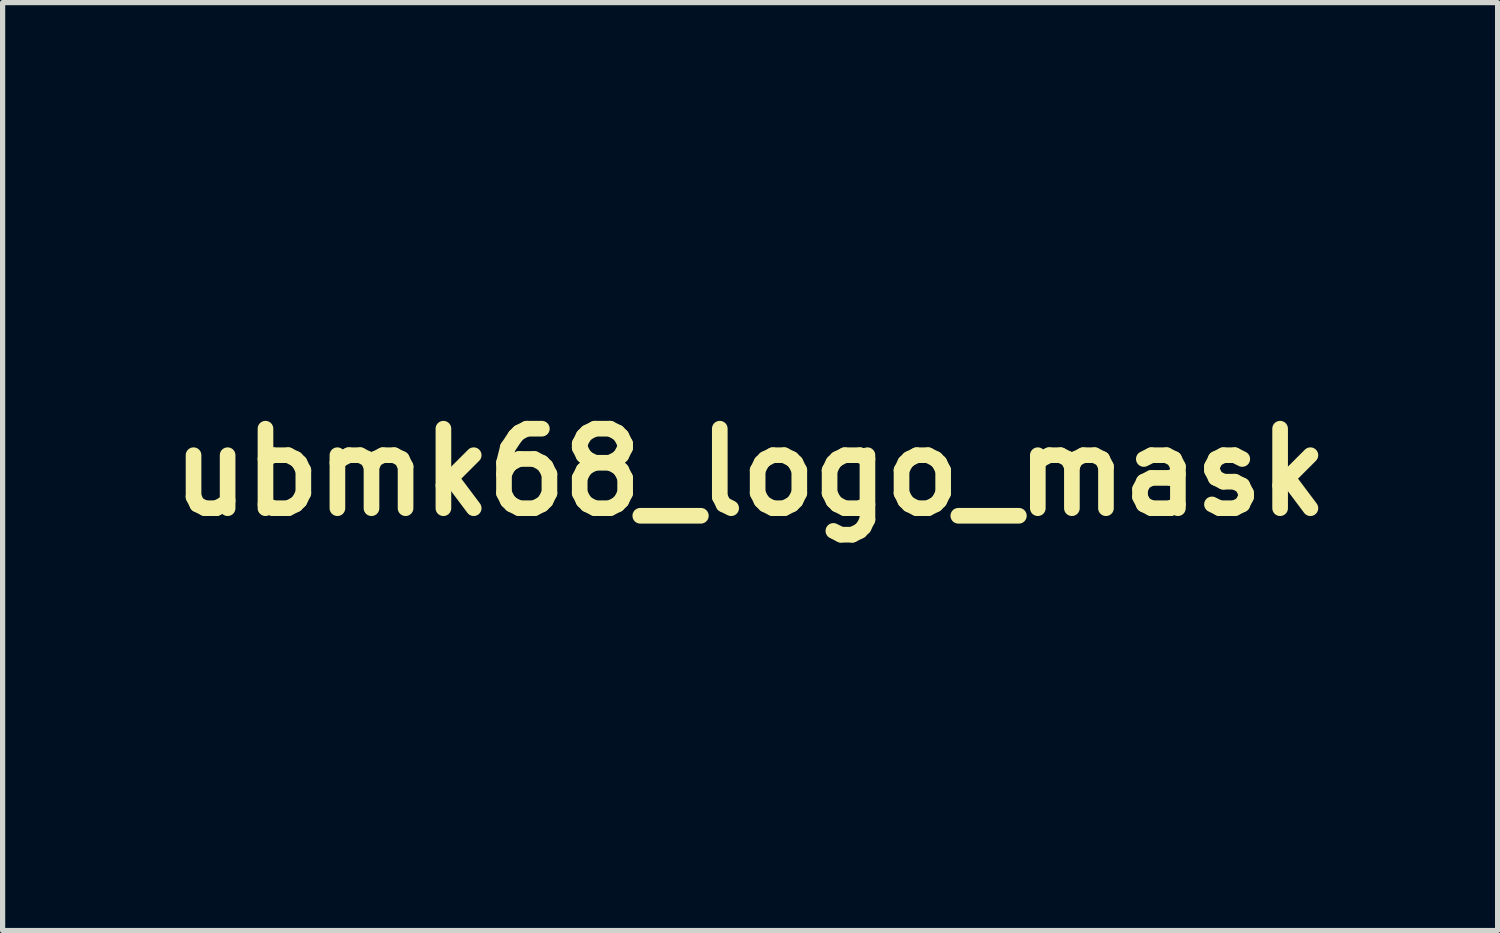
<source format=kicad_pcb>
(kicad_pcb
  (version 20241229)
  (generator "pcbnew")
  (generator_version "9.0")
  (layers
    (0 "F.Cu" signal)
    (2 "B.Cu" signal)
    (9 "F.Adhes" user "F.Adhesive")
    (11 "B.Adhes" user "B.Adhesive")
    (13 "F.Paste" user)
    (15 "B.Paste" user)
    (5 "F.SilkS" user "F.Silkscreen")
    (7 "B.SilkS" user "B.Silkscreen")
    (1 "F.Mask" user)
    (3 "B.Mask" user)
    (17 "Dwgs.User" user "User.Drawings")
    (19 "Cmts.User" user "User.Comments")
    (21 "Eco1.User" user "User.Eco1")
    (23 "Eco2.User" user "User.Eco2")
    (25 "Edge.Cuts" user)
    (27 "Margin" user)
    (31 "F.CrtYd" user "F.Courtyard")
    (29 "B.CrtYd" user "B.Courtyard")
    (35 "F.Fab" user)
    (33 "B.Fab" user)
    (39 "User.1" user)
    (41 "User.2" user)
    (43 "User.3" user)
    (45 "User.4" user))
  (footprint "ubmk68_logo_mask"
    (layer "F.Cu")
    (at 11.328 6.002)
    (property "Reference" "ubmk68_logo_mask" (at 0 0 0) (layer "F.SilkS") (effects (font (size 1.524 1.524) (thickness 0.3))))
    (attr through_hole)
    (fp_poly (pts (xy -1.796 5.358) (xy -2.093 5.358) (xy -2.093 5.217) (xy -1.796 5.217) (xy -1.796 5.358)) (stroke (width 0.01) (type solid)) (fill yes) (layer "F.Mask"))
    (fp_poly (pts (xy -2.562 5.374) (xy -2.437 5.374) (xy -2.437 5.561) (xy -2.906 5.561) (xy -2.906 5.374) (xy -2.764 5.374) (xy -2.768 5.19) (xy -2.773 5.007) (xy -2.89 4.997) (xy -2.89 4.827) (xy -2.562 4.827) (xy -2.562 5.374)) (stroke (width 0.01) (type solid)) (fill yes) (layer "F.Mask"))
    (fp_poly (pts (xy 5.45 -4.216) (xy 5.505 -4.169) (xy 5.543 -4.105) (xy 5.554 -4.038) (xy 5.542 -3.975) (xy 5.51 -3.918) (xy 5.463 -3.874) (xy 5.405 -3.847) (xy 5.338 -3.841) (xy 5.267 -3.862) (xy 5.265 -3.863) (xy 5.218 -3.901) (xy 5.179 -3.957) (xy 5.157 -4.018) (xy 5.155 -4.041) (xy 5.168 -4.115) (xy 5.204 -4.175) (xy 5.256 -4.217) (xy 5.318 -4.239) (xy 5.385 -4.239) (xy 5.45 -4.216)) (stroke (width 0.01) (type solid)) (fill yes) (layer "F.Mask"))
    (fp_poly (pts (xy -3.561 -5.122) (xy -3.527 -5.117) (xy -3.517 -5.111) (xy -3.527 -5.095) (xy -3.551 -5.056) (xy -3.59 -4.997) (xy -3.639 -4.921) (xy -3.698 -4.83) (xy -3.765 -4.727) (xy -3.838 -4.615) (xy -3.856 -4.587) (xy -4.19 -4.077) (xy -4.393 -4.077) (xy -4.366 -4.12) (xy -4.351 -4.143) (xy -4.321 -4.188) (xy -4.279 -4.254) (xy -4.225 -4.335) (xy -4.163 -4.43) (xy -4.095 -4.535) (xy -4.024 -4.643) (xy -3.71 -5.124) (xy -3.611 -5.124) (xy -3.561 -5.122)) (stroke (width 0.01) (type solid)) (fill yes) (layer "F.Mask"))
    (fp_poly (pts (xy 3.312 -4.639) (xy 3.235 -4.639) (xy 3.191 -4.638) (xy 3.159 -4.632) (xy 3.137 -4.618) (xy 3.122 -4.59) (xy 3.114 -4.545) (xy 3.11 -4.479) (xy 3.109 -4.387) (xy 3.109 -4.334) (xy 3.109 -4.077) (xy 2.827 -4.077) (xy 2.827 -4.378) (xy 2.828 -4.486) (xy 2.829 -4.568) (xy 2.832 -4.628) (xy 2.837 -4.672) (xy 2.843 -4.703) (xy 2.852 -4.728) (xy 2.855 -4.733) (xy 2.884 -4.778) (xy 2.924 -4.811) (xy 2.979 -4.833) (xy 3.054 -4.847) (xy 3.148 -4.854) (xy 3.312 -4.863) (xy 3.312 -4.639)) (stroke (width 0.01) (type solid)) (fill yes) (layer "F.Mask"))
    (fp_poly (pts (xy 2.499 5.183) (xy 2.501 5.267) (xy 2.505 5.325) (xy 2.516 5.362) (xy 2.533 5.381) (xy 2.56 5.389) (xy 2.577 5.389) (xy 2.609 5.386) (xy 2.631 5.373) (xy 2.645 5.346) (xy 2.652 5.3) (xy 2.655 5.229) (xy 2.656 5.183) (xy 2.656 5.014) (xy 2.859 5.014) (xy 2.859 5.207) (xy 2.858 5.29) (xy 2.856 5.348) (xy 2.851 5.389) (xy 2.843 5.418) (xy 2.83 5.443) (xy 2.823 5.453) (xy 2.786 5.496) (xy 2.743 5.531) (xy 2.738 5.534) (xy 2.683 5.555) (xy 2.611 5.568) (xy 2.539 5.571) (xy 2.481 5.562) (xy 2.412 5.529) (xy 2.355 5.481) (xy 2.318 5.427) (xy 2.306 5.377) (xy 2.299 5.298) (xy 2.296 5.195) (xy 2.296 5.014) (xy 2.499 5.014) (xy 2.499 5.183)) (stroke (width 0.01) (type solid)) (fill yes) (layer "F.Mask"))
    (fp_poly (pts (xy 5.56 -4.874) (xy 5.707 -4.824) (xy 5.843 -4.748) (xy 5.963 -4.649) (xy 6.066 -4.525) (xy 6.076 -4.51) (xy 6.122 -4.432) (xy 6.146 -4.37) (xy 6.149 -4.317) (xy 6.133 -4.268) (xy 6.133 -4.267) (xy 6.088 -4.209) (xy 6.029 -4.177) (xy 5.963 -4.172) (xy 5.906 -4.191) (xy 5.878 -4.214) (xy 5.844 -4.255) (xy 5.815 -4.3) (xy 5.744 -4.394) (xy 5.654 -4.473) (xy 5.552 -4.53) (xy 5.526 -4.54) (xy 5.443 -4.559) (xy 5.349 -4.566) (xy 5.259 -4.56) (xy 5.184 -4.542) (xy 5.18 -4.54) (xy 5.096 -4.516) (xy 5.024 -4.516) (xy 4.965 -4.539) (xy 4.925 -4.584) (xy 4.906 -4.649) (xy 4.905 -4.671) (xy 4.915 -4.735) (xy 4.945 -4.785) (xy 5 -4.824) (xy 5.083 -4.857) (xy 5.244 -4.891) (xy 5.404 -4.896) (xy 5.56 -4.874)) (stroke (width 0.01) (type solid)) (fill yes) (layer "F.Mask"))
    (fp_poly (pts (xy -1.125 4.83) (xy -1.05 4.842) (xy -0.996 4.863) (xy -0.956 4.898) (xy -0.925 4.948) (xy -0.92 4.958) (xy -0.896 5.038) (xy -0.899 5.111) (xy -0.931 5.18) (xy -0.993 5.247) (xy -1.058 5.296) (xy -1.164 5.366) (xy -1.027 5.37) (xy -0.89 5.375) (xy -0.89 5.561) (xy -1.09 5.56) (xy -1.168 5.559) (xy -1.238 5.556) (xy -1.291 5.551) (xy -1.321 5.546) (xy -1.322 5.546) (xy -1.369 5.512) (xy -1.405 5.461) (xy -1.421 5.403) (xy -1.422 5.396) (xy -1.416 5.358) (xy -1.398 5.321) (xy -1.362 5.281) (xy -1.307 5.234) (xy -1.234 5.181) (xy -1.163 5.126) (xy -1.122 5.081) (xy -1.111 5.046) (xy -1.129 5.021) (xy -1.176 5.006) (xy -1.254 4.999) (xy -1.276 4.999) (xy -1.39 4.999) (xy -1.39 4.827) (xy -1.224 4.827) (xy -1.125 4.83)) (stroke (width 0.01) (type solid)) (fill yes) (layer "F.Mask"))
    (fp_poly (pts (xy 0.203 4.83) (xy 0.277 4.842) (xy 0.332 4.863) (xy 0.372 4.898) (xy 0.403 4.948) (xy 0.408 4.958) (xy 0.432 5.038) (xy 0.429 5.111) (xy 0.397 5.18) (xy 0.335 5.247) (xy 0.269 5.296) (xy 0.164 5.366) (xy 0.301 5.37) (xy 0.437 5.375) (xy 0.437 5.561) (xy 0.238 5.56) (xy 0.16 5.559) (xy 0.09 5.556) (xy 0.037 5.551) (xy 0.007 5.546) (xy 0.006 5.546) (xy -0.041 5.512) (xy -0.077 5.461) (xy -0.093 5.403) (xy -0.094 5.396) (xy -0.088 5.358) (xy -0.07 5.321) (xy -0.034 5.281) (xy 0.021 5.234) (xy 0.094 5.181) (xy 0.164 5.126) (xy 0.206 5.081) (xy 0.217 5.046) (xy 0.199 5.021) (xy 0.152 5.006) (xy 0.074 4.999) (xy 0.052 4.999) (xy -0.062 4.999) (xy -0.062 4.827) (xy 0.104 4.827) (xy 0.203 4.83)) (stroke (width 0.01) (type solid)) (fill yes) (layer "F.Mask"))
    (fp_poly (pts (xy -0.703 -4.64) (xy -0.702 -4.537) (xy -0.698 -4.461) (xy -0.689 -4.406) (xy -0.676 -4.369) (xy -0.656 -4.345) (xy -0.63 -4.329) (xy -0.581 -4.313) (xy -0.543 -4.321) (xy -0.507 -4.35) (xy -0.492 -4.366) (xy -0.482 -4.383) (xy -0.475 -4.407) (xy -0.471 -4.443) (xy -0.469 -4.496) (xy -0.469 -4.573) (xy -0.469 -4.623) (xy -0.469 -4.858) (xy -0.186 -4.858) (xy -0.19 -4.57) (xy -0.195 -4.283) (xy -0.242 -4.216) (xy -0.294 -4.159) (xy -0.358 -4.114) (xy -0.363 -4.111) (xy -0.437 -4.073) (xy -0.437 -3.78) (xy -0.719 -3.78) (xy -0.719 -4.077) (xy -0.781 -4.103) (xy -0.843 -4.14) (xy -0.902 -4.197) (xy -0.948 -4.262) (xy -0.968 -4.31) (xy -0.974 -4.345) (xy -0.978 -4.404) (xy -0.982 -4.481) (xy -0.984 -4.568) (xy -0.984 -4.612) (xy -0.984 -4.858) (xy -0.703 -4.858) (xy -0.703 -4.64)) (stroke (width 0.01) (type solid)) (fill yes) (layer "F.Mask"))
    (fp_poly (pts (xy -4.319 -5.136) (xy -4.224 -5.123) (xy -4.153 -5.092) (xy -4.103 -5.042) (xy -4.074 -4.969) (xy -4.062 -4.871) (xy -4.061 -4.845) (xy -4.064 -4.779) (xy -4.073 -4.731) (xy -4.092 -4.692) (xy -4.097 -4.685) (xy -4.154 -4.625) (xy -4.23 -4.584) (xy -4.316 -4.566) (xy -4.404 -4.572) (xy -4.424 -4.577) (xy -4.496 -4.609) (xy -4.547 -4.656) (xy -4.578 -4.722) (xy -4.591 -4.811) (xy -4.592 -4.85) (xy -4.591 -4.862) (xy -4.405 -4.862) (xy -4.397 -4.802) (xy -4.375 -4.759) (xy -4.345 -4.735) (xy -4.31 -4.736) (xy -4.276 -4.764) (xy -4.273 -4.768) (xy -4.253 -4.818) (xy -4.25 -4.876) (xy -4.264 -4.929) (xy -4.28 -4.952) (xy -4.31 -4.977) (xy -4.335 -4.98) (xy -4.368 -4.961) (xy -4.37 -4.959) (xy -4.393 -4.935) (xy -4.404 -4.899) (xy -4.405 -4.862) (xy -4.591 -4.862) (xy -4.584 -4.955) (xy -4.558 -5.035) (xy -4.512 -5.091) (xy -4.446 -5.124) (xy -4.359 -5.137) (xy -4.319 -5.136)) (stroke (width 0.01) (type solid)) (fill yes) (layer "F.Mask"))
    (fp_poly (pts (xy -3.529 -4.636) (xy -3.447 -4.616) (xy -3.38 -4.573) (xy -3.336 -4.524) (xy -3.319 -4.496) (xy -3.309 -4.461) (xy -3.305 -4.411) (xy -3.304 -4.35) (xy -3.307 -4.269) (xy -3.32 -4.209) (xy -3.345 -4.163) (xy -3.387 -4.121) (xy -3.41 -4.102) (xy -3.458 -4.081) (xy -3.524 -4.068) (xy -3.596 -4.065) (xy -3.661 -4.072) (xy -3.695 -4.083) (xy -3.762 -4.129) (xy -3.809 -4.197) (xy -3.836 -4.283) (xy -3.839 -4.375) (xy -3.639 -4.375) (xy -3.638 -4.323) (xy -3.632 -4.277) (xy -3.621 -4.252) (xy -3.584 -4.235) (xy -3.542 -4.241) (xy -3.508 -4.268) (xy -3.488 -4.316) (xy -3.486 -4.369) (xy -3.5 -4.418) (xy -3.528 -4.453) (xy -3.566 -4.468) (xy -3.567 -4.468) (xy -3.604 -4.46) (xy -3.621 -4.449) (xy -3.633 -4.421) (xy -3.639 -4.375) (xy -3.839 -4.375) (xy -3.84 -4.382) (xy -3.835 -4.424) (xy -3.807 -4.506) (xy -3.756 -4.571) (xy -3.684 -4.615) (xy -3.597 -4.636) (xy -3.529 -4.636)) (stroke (width 0.01) (type solid)) (fill yes) (layer "F.Mask"))
    (fp_poly (pts (xy 1.432 -4.853) (xy 1.534 -4.816) (xy 1.618 -4.757) (xy 1.681 -4.677) (xy 1.72 -4.579) (xy 1.733 -4.468) (xy 1.72 -4.355) (xy 1.681 -4.256) (xy 1.618 -4.175) (xy 1.534 -4.114) (xy 1.462 -4.084) (xy 1.385 -4.069) (xy 1.301 -4.063) (xy 1.224 -4.068) (xy 1.187 -4.076) (xy 1.088 -4.122) (xy 1.001 -4.193) (xy 0.934 -4.285) (xy 0.928 -4.296) (xy 0.907 -4.359) (xy 0.898 -4.44) (xy 0.898 -4.454) (xy 1.179 -4.454) (xy 1.187 -4.413) (xy 1.219 -4.359) (xy 1.267 -4.327) (xy 1.322 -4.318) (xy 1.378 -4.335) (xy 1.418 -4.367) (xy 1.445 -4.419) (xy 1.453 -4.482) (xy 1.439 -4.542) (xy 1.436 -4.548) (xy 1.404 -4.582) (xy 1.355 -4.606) (xy 1.304 -4.614) (xy 1.278 -4.61) (xy 1.221 -4.573) (xy 1.187 -4.519) (xy 1.179 -4.454) (xy 0.898 -4.454) (xy 0.9 -4.525) (xy 0.915 -4.602) (xy 0.932 -4.647) (xy 0.998 -4.739) (xy 1.082 -4.807) (xy 1.184 -4.849) (xy 1.302 -4.865) (xy 1.312 -4.865) (xy 1.432 -4.853)) (stroke (width 0.01) (type solid)) (fill yes) (layer "F.Mask"))
    (fp_poly (pts (xy 2.515 -1.781) (xy 2.632 -1.781) (xy 2.898 -2.265) (xy 3.175 -2.265) (xy 3.264 -2.265) (xy 3.341 -2.264) (xy 3.402 -2.262) (xy 3.44 -2.26) (xy 3.452 -2.258) (xy 3.444 -2.243) (xy 3.422 -2.206) (xy 3.388 -2.151) (xy 3.345 -2.082) (xy 3.294 -2.003) (xy 3.286 -1.989) (xy 3.236 -1.909) (xy 3.194 -1.839) (xy 3.162 -1.781) (xy 3.142 -1.741) (xy 3.136 -1.723) (xy 3.137 -1.722) (xy 3.183 -1.698) (xy 3.236 -1.656) (xy 3.287 -1.605) (xy 3.306 -1.582) (xy 3.337 -1.534) (xy 3.36 -1.479) (xy 3.375 -1.412) (xy 3.385 -1.327) (xy 3.389 -1.22) (xy 3.39 -1.147) (xy 3.39 -0.937) (xy 2.89 -0.937) (xy 2.89 -1.146) (xy 2.889 -1.232) (xy 2.888 -1.293) (xy 2.884 -1.335) (xy 2.876 -1.364) (xy 2.866 -1.385) (xy 2.858 -1.396) (xy 2.805 -1.437) (xy 2.728 -1.461) (xy 2.628 -1.466) (xy 2.617 -1.466) (xy 2.523 -1.461) (xy 2.519 -1.199) (xy 2.514 -0.937) (xy 2.031 -0.937) (xy 2.031 -2.812) (xy 2.515 -2.812) (xy 2.515 -1.781)) (stroke (width 0.01) (type solid)) (fill yes) (layer "F.Mask"))
    (fp_poly (pts (xy -2.496 -4.87) (xy -2.494 -4.766) (xy -2.492 -4.689) (xy -2.49 -4.636) (xy -2.486 -4.601) (xy -2.481 -4.581) (xy -2.474 -4.572) (xy -2.464 -4.569) (xy -2.461 -4.569) (xy -2.44 -4.578) (xy -2.414 -4.607) (xy -2.379 -4.658) (xy -2.349 -4.71) (xy -2.268 -4.85) (xy -2.11 -4.855) (xy -2.045 -4.856) (xy -1.992 -4.855) (xy -1.96 -4.852) (xy -1.953 -4.849) (xy -1.961 -4.832) (xy -1.982 -4.795) (xy -2.014 -4.743) (xy -2.047 -4.69) (xy -2.085 -4.631) (xy -2.114 -4.583) (xy -2.133 -4.55) (xy -2.137 -4.539) (xy -2.122 -4.53) (xy -2.091 -4.511) (xy -2.088 -4.509) (xy -2.039 -4.463) (xy -2.006 -4.394) (xy -1.988 -4.301) (xy -1.984 -4.214) (xy -1.984 -4.077) (xy -2.262 -4.077) (xy -2.268 -4.204) (xy -2.272 -4.269) (xy -2.278 -4.31) (xy -2.289 -4.337) (xy -2.306 -4.357) (xy -2.311 -4.361) (xy -2.351 -4.382) (xy -2.404 -4.387) (xy -2.42 -4.386) (xy -2.492 -4.382) (xy -2.496 -4.229) (xy -2.501 -4.077) (xy -2.781 -4.077) (xy -2.781 -5.171) (xy -2.5 -5.171) (xy -2.496 -4.87)) (stroke (width 0.01) (type solid)) (fill yes) (layer "F.Mask"))
    (fp_poly (pts (xy -3.123 -1.894) (xy -3.122 -1.748) (xy -3.119 -1.631) (xy -3.115 -1.544) (xy -3.108 -1.488) (xy -3.104 -1.47) (xy -3.067 -1.408) (xy -3.007 -1.367) (xy -2.943 -1.349) (xy -2.873 -1.353) (xy -2.815 -1.383) (xy -2.769 -1.436) (xy -2.758 -1.453) (xy -2.75 -1.471) (xy -2.744 -1.494) (xy -2.739 -1.526) (xy -2.736 -1.571) (xy -2.735 -1.633) (xy -2.734 -1.717) (xy -2.734 -1.826) (xy -2.734 -1.877) (xy -2.734 -2.265) (xy -2.249 -2.265) (xy -2.249 -1.823) (xy -2.25 -1.677) (xy -2.251 -1.56) (xy -2.254 -1.465) (xy -2.26 -1.39) (xy -2.268 -1.329) (xy -2.28 -1.281) (xy -2.296 -1.24) (xy -2.317 -1.202) (xy -2.343 -1.163) (xy -2.351 -1.152) (xy -2.439 -1.058) (xy -2.548 -0.985) (xy -2.622 -0.951) (xy -2.693 -0.932) (xy -2.784 -0.918) (xy -2.886 -0.911) (xy -2.987 -0.91) (xy -3.077 -0.917) (xy -3.132 -0.927) (xy -3.262 -0.975) (xy -3.378 -1.045) (xy -3.474 -1.134) (xy -3.547 -1.238) (xy -3.559 -1.262) (xy -3.601 -1.351) (xy -3.606 -1.808) (xy -3.611 -2.265) (xy -3.124 -2.265) (xy -3.123 -1.894)) (stroke (width 0.01) (type solid)) (fill yes) (layer "F.Mask"))
    (fp_poly (pts (xy 2.35 -4.864) (xy 2.4 -4.859) (xy 2.441 -4.847) (xy 2.484 -4.826) (xy 2.497 -4.819) (xy 2.564 -4.777) (xy 2.614 -4.73) (xy 2.652 -4.673) (xy 2.678 -4.601) (xy 2.693 -4.511) (xy 2.701 -4.398) (xy 2.702 -4.301) (xy 2.702 -4.077) (xy 2.437 -4.077) (xy 2.437 -4.193) (xy 2.386 -4.145) (xy 2.347 -4.11) (xy 2.31 -4.084) (xy 2.301 -4.079) (xy 2.257 -4.067) (xy 2.196 -4.062) (xy 2.132 -4.065) (xy 2.078 -4.076) (xy 2.062 -4.082) (xy 1.969 -4.145) (xy 1.903 -4.225) (xy 1.862 -4.322) (xy 1.848 -4.404) (xy 1.849 -4.446) (xy 2.139 -4.446) (xy 2.158 -4.385) (xy 2.199 -4.336) (xy 2.251 -4.313) (xy 2.308 -4.315) (xy 2.361 -4.344) (xy 2.367 -4.35) (xy 2.394 -4.386) (xy 2.405 -4.432) (xy 2.406 -4.46) (xy 2.394 -4.529) (xy 2.361 -4.578) (xy 2.308 -4.605) (xy 2.273 -4.608) (xy 2.214 -4.595) (xy 2.17 -4.559) (xy 2.144 -4.507) (xy 2.139 -4.446) (xy 1.849 -4.446) (xy 1.851 -4.521) (xy 1.882 -4.627) (xy 1.939 -4.719) (xy 2.019 -4.794) (xy 2.067 -4.823) (xy 2.114 -4.845) (xy 2.158 -4.857) (xy 2.211 -4.863) (xy 2.281 -4.865) (xy 2.35 -4.864)) (stroke (width 0.01) (type solid)) (fill yes) (layer "F.Mask"))
    (fp_poly (pts (xy -1.353 -4.852) (xy -1.258 -4.815) (xy -1.183 -4.755) (xy -1.13 -4.675) (xy -1.101 -4.575) (xy -1.097 -4.471) (xy -1.101 -4.382) (xy -1.341 -4.377) (xy -1.437 -4.375) (xy -1.505 -4.372) (xy -1.549 -4.367) (xy -1.57 -4.361) (xy -1.574 -4.354) (xy -1.553 -4.328) (xy -1.51 -4.311) (xy -1.441 -4.3) (xy -1.344 -4.296) (xy -1.332 -4.296) (xy -1.172 -4.296) (xy -1.172 -4.077) (xy -1.34 -4.079) (xy -1.416 -4.081) (xy -1.487 -4.085) (xy -1.542 -4.09) (xy -1.566 -4.094) (xy -1.674 -4.133) (xy -1.761 -4.194) (xy -1.824 -4.273) (xy -1.862 -4.368) (xy -1.874 -4.468) (xy -1.864 -4.547) (xy -1.589 -4.547) (xy -1.583 -4.537) (xy -1.562 -4.532) (xy -1.519 -4.53) (xy -1.477 -4.53) (xy -1.417 -4.531) (xy -1.381 -4.535) (xy -1.364 -4.542) (xy -1.359 -4.556) (xy -1.359 -4.559) (xy -1.373 -4.597) (xy -1.41 -4.628) (xy -1.459 -4.645) (xy -1.477 -4.646) (xy -1.533 -4.635) (xy -1.571 -4.599) (xy -1.585 -4.565) (xy -1.589 -4.547) (xy -1.864 -4.547) (xy -1.86 -4.582) (xy -1.822 -4.678) (xy -1.757 -4.758) (xy -1.669 -4.819) (xy -1.619 -4.844) (xy -1.573 -4.858) (xy -1.52 -4.864) (xy -1.468 -4.865) (xy -1.353 -4.852)) (stroke (width 0.01) (type solid)) (fill yes) (layer "F.Mask"))
    (fp_poly (pts (xy 5.482 -5.995) (xy 5.629 -5.982) (xy 5.669 -5.977) (xy 5.897 -5.926) (xy 6.117 -5.848) (xy 6.326 -5.744) (xy 6.521 -5.618) (xy 6.699 -5.471) (xy 6.858 -5.305) (xy 6.993 -5.123) (xy 7.102 -4.93) (xy 7.135 -4.851) (xy 7.148 -4.791) (xy 7.141 -4.743) (xy 7.113 -4.701) (xy 7.09 -4.679) (xy 7.033 -4.648) (xy 6.969 -4.64) (xy 6.91 -4.653) (xy 6.894 -4.663) (xy 6.871 -4.687) (xy 6.84 -4.731) (xy 6.807 -4.786) (xy 6.798 -4.803) (xy 6.676 -4.997) (xy 6.533 -5.169) (xy 6.369 -5.318) (xy 6.185 -5.443) (xy 5.98 -5.544) (xy 5.764 -5.619) (xy 5.683 -5.639) (xy 5.596 -5.653) (xy 5.493 -5.662) (xy 5.421 -5.666) (xy 5.255 -5.667) (xy 5.108 -5.654) (xy 4.966 -5.626) (xy 4.819 -5.58) (xy 4.786 -5.568) (xy 4.692 -5.536) (xy 4.621 -5.519) (xy 4.566 -5.517) (xy 4.523 -5.529) (xy 4.485 -5.557) (xy 4.482 -5.56) (xy 4.449 -5.603) (xy 4.437 -5.651) (xy 4.436 -5.669) (xy 4.445 -5.721) (xy 4.471 -5.767) (xy 4.519 -5.809) (xy 4.589 -5.848) (xy 4.684 -5.886) (xy 4.807 -5.925) (xy 4.888 -5.947) (xy 5.017 -5.973) (xy 5.166 -5.99) (xy 5.325 -5.997) (xy 5.482 -5.995)) (stroke (width 0.01) (type solid)) (fill yes) (layer "F.Mask"))
    (fp_poly (pts (xy 5.51 -5.441) (xy 5.705 -5.405) (xy 5.892 -5.343) (xy 6.069 -5.256) (xy 6.231 -5.147) (xy 6.376 -5.016) (xy 6.501 -4.865) (xy 6.592 -4.715) (xy 6.625 -4.65) (xy 6.643 -4.603) (xy 6.65 -4.567) (xy 6.648 -4.538) (xy 6.623 -4.478) (xy 6.579 -4.435) (xy 6.523 -4.41) (xy 6.463 -4.406) (xy 6.406 -4.426) (xy 6.376 -4.449) (xy 6.347 -4.486) (xy 6.312 -4.539) (xy 6.28 -4.593) (xy 6.228 -4.672) (xy 6.156 -4.757) (xy 6.074 -4.841) (xy 5.989 -4.914) (xy 5.916 -4.965) (xy 5.858 -4.996) (xy 5.785 -5.029) (xy 5.709 -5.06) (xy 5.69 -5.066) (xy 5.629 -5.087) (xy 5.578 -5.101) (xy 5.528 -5.109) (xy 5.47 -5.113) (xy 5.394 -5.115) (xy 5.358 -5.115) (xy 5.272 -5.114) (xy 5.208 -5.111) (xy 5.155 -5.104) (xy 5.104 -5.092) (xy 5.044 -5.074) (xy 5.017 -5.065) (xy 4.922 -5.034) (xy 4.849 -5.018) (xy 4.794 -5.016) (xy 4.752 -5.028) (xy 4.718 -5.055) (xy 4.711 -5.062) (xy 4.677 -5.125) (xy 4.671 -5.19) (xy 4.694 -5.252) (xy 4.714 -5.278) (xy 4.767 -5.319) (xy 4.845 -5.357) (xy 4.945 -5.392) (xy 5.06 -5.42) (xy 5.11 -5.43) (xy 5.311 -5.45) (xy 5.51 -5.441)) (stroke (width 0.01) (type solid)) (fill yes) (layer "F.Mask"))
    (fp_poly (pts (xy -1.546 -2.156) (xy -1.477 -2.209) (xy -1.386 -2.259) (xy -1.28 -2.287) (xy -1.166 -2.293) (xy -1.048 -2.277) (xy -0.933 -2.239) (xy -0.827 -2.181) (xy -0.782 -2.147) (xy -0.714 -2.074) (xy -0.654 -1.982) (xy -0.607 -1.88) (xy -0.587 -1.812) (xy -0.565 -1.658) (xy -0.571 -1.51) (xy -0.603 -1.372) (xy -0.659 -1.247) (xy -0.737 -1.137) (xy -0.835 -1.045) (xy -0.953 -0.974) (xy -1.088 -0.927) (xy -1.106 -0.923) (xy -1.192 -0.912) (xy -1.292 -0.908) (xy -1.395 -0.911) (xy -1.487 -0.922) (xy -1.529 -0.931) (xy -1.666 -0.983) (xy -1.784 -1.06) (xy -1.883 -1.161) (xy -1.962 -1.286) (xy -1.967 -1.297) (xy -2.023 -1.414) (xy -2.024 -1.593) (xy -1.531 -1.593) (xy -1.518 -1.504) (xy -1.482 -1.432) (xy -1.429 -1.378) (xy -1.361 -1.346) (xy -1.284 -1.34) (xy -1.201 -1.361) (xy -1.186 -1.368) (xy -1.131 -1.412) (xy -1.094 -1.475) (xy -1.074 -1.549) (xy -1.072 -1.629) (xy -1.09 -1.704) (xy -1.128 -1.769) (xy -1.139 -1.782) (xy -1.205 -1.829) (xy -1.275 -1.849) (xy -1.346 -1.844) (xy -1.412 -1.817) (xy -1.468 -1.77) (xy -1.508 -1.705) (xy -1.529 -1.625) (xy -1.531 -1.593) (xy -2.024 -1.593) (xy -2.032 -2.812) (xy -1.546 -2.812) (xy -1.546 -2.156)) (stroke (width 0.01) (type solid)) (fill yes) (layer "F.Mask"))
    (fp_poly (pts (xy -3.008 5.015) (xy -2.969 5.017) (xy -2.952 5.019) (xy -2.952 5.019) (xy -2.957 5.037) (xy -2.971 5.079) (xy -2.99 5.138) (xy -3.014 5.207) (xy -3.039 5.282) (xy -3.065 5.355) (xy -3.088 5.42) (xy -3.107 5.472) (xy -3.119 5.504) (xy -3.122 5.51) (xy -3.152 5.54) (xy -3.2 5.563) (xy -3.255 5.576) (xy -3.271 5.576) (xy -3.309 5.568) (xy -3.345 5.553) (xy -3.379 5.528) (xy -3.397 5.503) (xy -3.406 5.48) (xy -3.422 5.435) (xy -3.443 5.374) (xy -3.467 5.304) (xy -3.492 5.231) (xy -3.516 5.16) (xy -3.536 5.097) (xy -3.552 5.049) (xy -3.561 5.023) (xy -3.562 5.019) (xy -3.547 5.017) (xy -3.51 5.015) (xy -3.457 5.014) (xy -3.453 5.014) (xy -3.394 5.016) (xy -3.36 5.021) (xy -3.343 5.031) (xy -3.337 5.042) (xy -3.331 5.068) (xy -3.319 5.117) (xy -3.305 5.18) (xy -3.296 5.222) (xy -3.281 5.286) (xy -3.268 5.335) (xy -3.258 5.364) (xy -3.254 5.368) (xy -3.248 5.351) (xy -3.237 5.31) (xy -3.224 5.253) (xy -3.217 5.223) (xy -3.203 5.157) (xy -3.19 5.099) (xy -3.181 5.059) (xy -3.179 5.05) (xy -3.172 5.031) (xy -3.157 5.02) (xy -3.126 5.016) (xy -3.073 5.014) (xy -3.061 5.014) (xy -3.008 5.015)) (stroke (width 0.01) (type solid)) (fill yes) (layer "F.Mask"))
    (fp_poly (pts (xy 1.897 4.817) (xy 1.954 4.835) (xy 1.995 4.865) (xy 2.007 4.885) (xy 2.02 4.92) (xy 2.04 4.975) (xy 2.066 5.046) (xy 2.096 5.127) (xy 2.127 5.213) (xy 2.158 5.299) (xy 2.188 5.38) (xy 2.213 5.451) (xy 2.233 5.507) (xy 2.246 5.543) (xy 2.249 5.555) (xy 2.235 5.558) (xy 2.197 5.559) (xy 2.143 5.558) (xy 2.13 5.558) (xy 2.01 5.553) (xy 1.992 5.499) (xy 1.973 5.444) (xy 1.713 5.444) (xy 1.695 5.499) (xy 1.677 5.553) (xy 1.557 5.558) (xy 1.437 5.562) (xy 1.476 5.456) (xy 1.529 5.309) (xy 1.553 5.244) (xy 1.77 5.244) (xy 1.774 5.257) (xy 1.8 5.263) (xy 1.842 5.264) (xy 1.887 5.263) (xy 1.916 5.259) (xy 1.921 5.255) (xy 1.917 5.229) (xy 1.906 5.187) (xy 1.89 5.137) (xy 1.873 5.088) (xy 1.857 5.047) (xy 1.846 5.025) (xy 1.843 5.022) (xy 1.834 5.04) (xy 1.819 5.079) (xy 1.805 5.126) (xy 1.789 5.18) (xy 1.776 5.223) (xy 1.77 5.244) (xy 1.553 5.244) (xy 1.573 5.189) (xy 1.61 5.092) (xy 1.639 5.016) (xy 1.662 4.958) (xy 1.681 4.915) (xy 1.697 4.885) (xy 1.71 4.864) (xy 1.723 4.85) (xy 1.726 4.846) (xy 1.774 4.821) (xy 1.834 4.812) (xy 1.897 4.817)) (stroke (width 0.01) (type solid)) (fill yes) (layer "F.Mask"))
    (fp_poly (pts (xy 3.356 5.02) (xy 3.43 5.062) (xy 3.489 5.123) (xy 3.526 5.201) (xy 3.529 5.209) (xy 3.537 5.26) (xy 3.543 5.329) (xy 3.545 5.408) (xy 3.545 5.49) (xy 3.543 5.567) (xy 3.537 5.632) (xy 3.53 5.676) (xy 3.526 5.686) (xy 3.5 5.723) (xy 3.46 5.75) (xy 3.403 5.767) (xy 3.324 5.777) (xy 3.219 5.78) (xy 3.214 5.78) (xy 3.031 5.78) (xy 3.031 5.608) (xy 3.168 5.608) (xy 3.244 5.606) (xy 3.295 5.599) (xy 3.325 5.585) (xy 3.339 5.559) (xy 3.343 5.52) (xy 3.343 5.517) (xy 3.342 5.482) (xy 3.335 5.473) (xy 3.317 5.486) (xy 3.314 5.489) (xy 3.255 5.523) (xy 3.183 5.536) (xy 3.123 5.53) (xy 3.045 5.496) (xy 2.989 5.44) (xy 2.96 5.382) (xy 2.941 5.292) (xy 2.942 5.283) (xy 3.15 5.283) (xy 3.163 5.333) (xy 3.197 5.364) (xy 3.246 5.373) (xy 3.288 5.364) (xy 3.318 5.337) (xy 3.333 5.295) (xy 3.328 5.251) (xy 3.325 5.244) (xy 3.296 5.204) (xy 3.258 5.188) (xy 3.232 5.186) (xy 3.185 5.199) (xy 3.158 5.236) (xy 3.15 5.283) (xy 2.942 5.283) (xy 2.95 5.206) (xy 2.987 5.127) (xy 3.047 5.063) (xy 3.093 5.034) (xy 3.181 5.004) (xy 3.271 5) (xy 3.356 5.02)) (stroke (width 0.01) (type solid)) (fill yes) (layer "F.Mask"))
    (fp_poly (pts (xy 4.249 -4.791) (xy 4.248 -4.65) (xy 4.246 -4.537) (xy 4.242 -4.447) (xy 4.234 -4.376) (xy 4.222 -4.32) (xy 4.206 -4.275) (xy 4.184 -4.238) (xy 4.156 -4.203) (xy 4.134 -4.18) (xy 4.071 -4.128) (xy 4.002 -4.091) (xy 3.991 -4.087) (xy 3.914 -4.07) (xy 3.825 -4.064) (xy 3.735 -4.068) (xy 3.66 -4.082) (xy 3.65 -4.086) (xy 3.56 -4.134) (xy 3.488 -4.202) (xy 3.436 -4.284) (xy 3.403 -4.377) (xy 3.393 -4.46) (xy 3.687 -4.46) (xy 3.698 -4.39) (xy 3.732 -4.341) (xy 3.784 -4.315) (xy 3.819 -4.311) (xy 3.879 -4.324) (xy 3.914 -4.35) (xy 3.94 -4.386) (xy 3.951 -4.432) (xy 3.952 -4.46) (xy 3.941 -4.529) (xy 3.907 -4.578) (xy 3.854 -4.605) (xy 3.819 -4.608) (xy 3.757 -4.595) (xy 3.713 -4.558) (xy 3.69 -4.499) (xy 3.687 -4.46) (xy 3.393 -4.46) (xy 3.391 -4.474) (xy 3.4 -4.571) (xy 3.43 -4.663) (xy 3.482 -4.745) (xy 3.556 -4.811) (xy 3.575 -4.823) (xy 3.647 -4.853) (xy 3.728 -4.867) (xy 3.807 -4.865) (xy 3.876 -4.847) (xy 3.903 -4.831) (xy 3.936 -4.808) (xy 3.957 -4.796) (xy 3.959 -4.796) (xy 3.963 -4.81) (xy 3.965 -4.85) (xy 3.967 -4.909) (xy 3.968 -4.981) (xy 3.968 -5.171) (xy 4.249 -5.171) (xy 4.249 -4.791)) (stroke (width 0.01) (type solid)) (fill yes) (layer "F.Mask"))
    (fp_poly (pts (xy 0.219 -4.983) (xy 0.219 -4.911) (xy 0.221 -4.851) (xy 0.224 -4.811) (xy 0.227 -4.796) (xy 0.227 -4.796) (xy 0.244 -4.804) (xy 0.275 -4.825) (xy 0.283 -4.831) (xy 0.342 -4.858) (xy 0.417 -4.868) (xy 0.499 -4.862) (xy 0.576 -4.84) (xy 0.612 -4.823) (xy 0.691 -4.759) (xy 0.749 -4.675) (xy 0.785 -4.575) (xy 0.795 -4.465) (xy 0.792 -4.429) (xy 0.767 -4.322) (xy 0.719 -4.228) (xy 0.649 -4.151) (xy 0.563 -4.097) (xy 0.536 -4.086) (xy 0.455 -4.069) (xy 0.36 -4.064) (xy 0.265 -4.071) (xy 0.189 -4.088) (xy 0.138 -4.114) (xy 0.083 -4.153) (xy 0.053 -4.179) (xy 0.021 -4.214) (xy -0.005 -4.25) (xy -0.025 -4.289) (xy -0.04 -4.337) (xy -0.05 -4.398) (xy -0.056 -4.46) (xy 0.234 -4.46) (xy 0.239 -4.405) (xy 0.258 -4.366) (xy 0.273 -4.35) (xy 0.324 -4.319) (xy 0.383 -4.312) (xy 0.44 -4.33) (xy 0.453 -4.34) (xy 0.479 -4.373) (xy 0.493 -4.424) (xy 0.496 -4.448) (xy 0.499 -4.498) (xy 0.492 -4.531) (xy 0.473 -4.558) (xy 0.463 -4.568) (xy 0.41 -4.602) (xy 0.351 -4.608) (xy 0.295 -4.588) (xy 0.273 -4.57) (xy 0.246 -4.534) (xy 0.235 -4.488) (xy 0.234 -4.46) (xy -0.056 -4.46) (xy -0.057 -4.475) (xy -0.061 -4.572) (xy -0.062 -4.694) (xy -0.062 -4.791) (xy -0.062 -5.171) (xy 0.219 -5.171) (xy 0.219 -4.983)) (stroke (width 0.01) (type solid)) (fill yes) (layer "F.Mask"))
    (fp_poly (pts (xy -5.912 -5.123) (xy -5.857 -5.121) (xy -5.821 -5.118) (xy -5.811 -5.116) (xy -5.819 -5.1) (xy -5.842 -5.064) (xy -5.874 -5.013) (xy -5.913 -4.956) (xy -5.958 -4.887) (xy -5.985 -4.839) (xy -5.995 -4.809) (xy -5.988 -4.792) (xy -5.964 -4.784) (xy -5.927 -4.781) (xy -5.881 -4.768) (xy -5.825 -4.735) (xy -5.77 -4.69) (xy -5.724 -4.639) (xy -5.709 -4.616) (xy -5.683 -4.565) (xy -5.67 -4.515) (xy -5.666 -4.452) (xy -5.665 -4.439) (xy -5.678 -4.332) (xy -5.717 -4.24) (xy -5.778 -4.166) (xy -5.861 -4.111) (xy -5.963 -4.076) (xy -6.081 -4.063) (xy -6.204 -4.073) (xy -6.239 -4.084) (xy -6.289 -4.107) (xy -6.328 -4.129) (xy -6.389 -4.172) (xy -6.432 -4.223) (xy -6.456 -4.265) (xy -6.481 -4.315) (xy -6.493 -4.357) (xy -6.497 -4.405) (xy -6.495 -4.456) (xy -6.2 -4.456) (xy -6.19 -4.401) (xy -6.169 -4.368) (xy -6.125 -4.335) (xy -6.069 -4.327) (xy -6.012 -4.344) (xy -5.976 -4.379) (xy -5.96 -4.43) (xy -5.967 -4.483) (xy -5.968 -4.485) (xy -6 -4.527) (xy -6.048 -4.551) (xy -6.102 -4.554) (xy -6.151 -4.536) (xy -6.179 -4.509) (xy -6.2 -4.456) (xy -6.495 -4.456) (xy -6.495 -4.46) (xy -6.488 -4.519) (xy -6.474 -4.577) (xy -6.45 -4.639) (xy -6.416 -4.71) (xy -6.367 -4.793) (xy -6.302 -4.895) (xy -6.268 -4.946) (xy -6.15 -5.124) (xy -5.98 -5.124) (xy -5.912 -5.123)) (stroke (width 0.01) (type solid)) (fill yes) (layer "F.Mask"))
    (fp_poly (pts (xy -0.382 4.824) (xy -0.305 4.857) (xy -0.242 4.911) (xy -0.232 4.924) (xy -0.217 4.947) (xy -0.207 4.971) (xy -0.2 5.002) (xy -0.197 5.047) (xy -0.196 5.112) (xy -0.195 5.187) (xy -0.196 5.273) (xy -0.197 5.334) (xy -0.201 5.375) (xy -0.207 5.404) (xy -0.218 5.427) (xy -0.234 5.45) (xy -0.237 5.455) (xy -0.279 5.498) (xy -0.329 5.533) (xy -0.339 5.538) (xy -0.405 5.56) (xy -0.483 5.571) (xy -0.558 5.57) (xy -0.599 5.562) (xy -0.666 5.528) (xy -0.727 5.477) (xy -0.77 5.418) (xy -0.771 5.415) (xy -0.784 5.378) (xy -0.792 5.327) (xy -0.796 5.256) (xy -0.796 5.19) (xy -0.594 5.19) (xy -0.593 5.254) (xy -0.588 5.296) (xy -0.578 5.323) (xy -0.56 5.346) (xy -0.555 5.351) (xy -0.522 5.377) (xy -0.494 5.389) (xy -0.492 5.389) (xy -0.465 5.379) (xy -0.432 5.354) (xy -0.429 5.351) (xy -0.409 5.328) (xy -0.398 5.302) (xy -0.392 5.264) (xy -0.391 5.205) (xy -0.391 5.19) (xy -0.394 5.107) (xy -0.407 5.05) (xy -0.43 5.016) (xy -0.466 5.001) (xy -0.492 4.999) (xy -0.536 5.006) (xy -0.566 5.029) (xy -0.584 5.073) (xy -0.593 5.141) (xy -0.594 5.19) (xy -0.796 5.19) (xy -0.796 5.184) (xy -0.796 5.103) (xy -0.792 5.046) (xy -0.786 5.005) (xy -0.775 4.973) (xy -0.761 4.945) (xy -0.709 4.883) (xy -0.638 4.84) (xy -0.556 4.815) (xy -0.468 4.809) (xy -0.382 4.824)) (stroke (width 0.01) (type solid)) (fill yes) (layer "F.Mask"))
    (fp_poly (pts (xy 0.946 4.824) (xy 1.023 4.857) (xy 1.086 4.911) (xy 1.096 4.924) (xy 1.111 4.947) (xy 1.121 4.971) (xy 1.127 5.002) (xy 1.131 5.047) (xy 1.132 5.112) (xy 1.133 5.187) (xy 1.132 5.273) (xy 1.131 5.334) (xy 1.127 5.375) (xy 1.121 5.404) (xy 1.11 5.427) (xy 1.094 5.45) (xy 1.09 5.455) (xy 1.049 5.498) (xy 0.999 5.533) (xy 0.989 5.538) (xy 0.923 5.56) (xy 0.845 5.571) (xy 0.77 5.57) (xy 0.729 5.562) (xy 0.662 5.528) (xy 0.601 5.477) (xy 0.558 5.418) (xy 0.557 5.415) (xy 0.544 5.378) (xy 0.536 5.327) (xy 0.532 5.256) (xy 0.531 5.19) (xy 0.734 5.19) (xy 0.735 5.254) (xy 0.74 5.296) (xy 0.75 5.323) (xy 0.768 5.346) (xy 0.773 5.351) (xy 0.805 5.377) (xy 0.834 5.389) (xy 0.836 5.389) (xy 0.863 5.379) (xy 0.896 5.354) (xy 0.899 5.351) (xy 0.919 5.328) (xy 0.93 5.302) (xy 0.936 5.264) (xy 0.937 5.205) (xy 0.937 5.19) (xy 0.934 5.107) (xy 0.921 5.05) (xy 0.898 5.016) (xy 0.862 5.001) (xy 0.836 4.999) (xy 0.792 5.006) (xy 0.762 5.029) (xy 0.743 5.073) (xy 0.735 5.141) (xy 0.734 5.19) (xy 0.531 5.19) (xy 0.531 5.184) (xy 0.532 5.103) (xy 0.535 5.046) (xy 0.542 5.005) (xy 0.553 4.973) (xy 0.567 4.945) (xy 0.619 4.883) (xy 0.689 4.84) (xy 0.772 4.815) (xy 0.86 4.809) (xy 0.946 4.824)) (stroke (width 0.01) (type solid)) (fill yes) (layer "F.Mask"))
    (fp_poly (pts (xy 1.694 -0.525) (xy 1.721 -0.504) (xy 1.744 -0.483) (xy 1.762 -0.461) (xy 1.777 -0.433) (xy 1.789 -0.397) (xy 1.797 -0.35) (xy 1.803 -0.288) (xy 1.807 -0.21) (xy 1.81 -0.112) (xy 1.811 0.009) (xy 1.812 0.156) (xy 1.812 0.296) (xy 1.812 0.455) (xy 1.812 0.587) (xy 1.811 0.693) (xy 1.81 0.777) (xy 1.808 0.843) (xy 1.806 0.893) (xy 1.803 0.93) (xy 1.798 0.958) (xy 1.793 0.979) (xy 1.786 0.997) (xy 1.779 1.011) (xy 1.735 1.076) (xy 1.682 1.122) (xy 1.619 1.164) (xy 0.962 1.167) (xy 0.769 1.167) (xy 0.606 1.167) (xy 0.475 1.165) (xy 0.374 1.163) (xy 0.304 1.159) (xy 0.264 1.155) (xy 0.258 1.153) (xy 0.176 1.111) (xy 0.118 1.05) (xy 0.095 1.01) (xy 0.087 0.993) (xy 0.08 0.974) (xy 0.075 0.951) (xy 0.071 0.921) (xy 0.068 0.881) (xy 0.066 0.827) (xy 0.064 0.757) (xy 0.063 0.667) (xy 0.063 0.594) (xy 0.624 0.594) (xy 1.25 0.594) (xy 1.242 -0.008) (xy 0.633 -0.008) (xy 0.628 0.293) (xy 0.624 0.594) (xy 0.063 0.594) (xy 0.063 0.554) (xy 0.063 0.415) (xy 0.063 0.296) (xy 0.063 0.126) (xy 0.064 -0.016) (xy 0.065 -0.132) (xy 0.068 -0.227) (xy 0.072 -0.301) (xy 0.079 -0.359) (xy 0.088 -0.404) (xy 0.1 -0.438) (xy 0.115 -0.465) (xy 0.135 -0.487) (xy 0.158 -0.508) (xy 0.181 -0.525) (xy 0.24 -0.57) (xy 1.635 -0.57) (xy 1.694 -0.525)) (stroke (width 0.01) (type solid)) (fill yes) (layer "F.Mask"))
    (fp_poly (pts (xy -5.057 -2.671) (xy -4.948 -2.67) (xy -4.861 -2.669) (xy -4.793 -2.668) (xy -4.741 -2.665) (xy -4.703 -2.662) (xy -4.674 -2.658) (xy -4.653 -2.652) (xy -4.636 -2.646) (xy -4.625 -2.64) (xy -4.576 -2.607) (xy -4.534 -2.566) (xy -4.528 -2.558) (xy -4.491 -2.507) (xy -4.487 -1.823) (xy -4.486 -1.65) (xy -4.485 -1.505) (xy -4.485 -1.386) (xy -4.487 -1.29) (xy -4.49 -1.213) (xy -4.495 -1.153) (xy -4.503 -1.107) (xy -4.513 -1.073) (xy -4.527 -1.046) (xy -4.544 -1.025) (xy -4.565 -1.007) (xy -4.59 -0.988) (xy -4.598 -0.982) (xy -4.66 -0.937) (xy -6.041 -0.937) (xy -6.103 -0.982) (xy -6.129 -1.002) (xy -6.151 -1.02) (xy -6.169 -1.04) (xy -6.184 -1.065) (xy -6.195 -1.098) (xy -6.203 -1.141) (xy -6.209 -1.198) (xy -6.213 -1.271) (xy -6.215 -1.363) (xy -6.217 -1.478) (xy -6.217 -1.617) (xy -6.217 -1.785) (xy -6.217 -1.807) (xy -6.217 -1.969) (xy -6.217 -2.102) (xy -6.217 -2.109) (xy -5.655 -2.109) (xy -5.655 -1.5) (xy -5.046 -1.5) (xy -5.046 -2.109) (xy -5.655 -2.109) (xy -6.217 -2.109) (xy -6.216 -2.211) (xy -6.215 -2.297) (xy -6.214 -2.365) (xy -6.211 -2.416) (xy -6.208 -2.454) (xy -6.204 -2.481) (xy -6.199 -2.502) (xy -6.192 -2.518) (xy -6.184 -2.534) (xy -6.181 -2.538) (xy -6.142 -2.588) (xy -6.092 -2.631) (xy -6.084 -2.635) (xy -6.069 -2.644) (xy -6.053 -2.651) (xy -6.033 -2.657) (xy -6.008 -2.661) (xy -5.973 -2.665) (xy -5.926 -2.667) (xy -5.863 -2.669) (xy -5.782 -2.67) (xy -5.68 -2.671) (xy -5.553 -2.671) (xy -5.399 -2.671) (xy -5.354 -2.671) (xy -5.191 -2.671) (xy -5.057 -2.671)) (stroke (width 0.01) (type solid)) (fill yes) (layer "F.Mask"))
    (fp_poly (pts (xy -0.997 -0.578) (xy -0.864 -0.578) (xy -0.755 -0.577) (xy -0.669 -0.576) (xy -0.602 -0.574) (xy -0.551 -0.572) (xy -0.513 -0.568) (xy -0.485 -0.564) (xy -0.465 -0.559) (xy -0.448 -0.552) (xy -0.441 -0.548) (xy -0.372 -0.504) (xy -0.327 -0.447) (xy -0.304 -0.395) (xy -0.298 -0.365) (xy -0.294 -0.307) (xy -0.29 -0.226) (xy -0.287 -0.127) (xy -0.284 -0.014) (xy -0.283 0.109) (xy -0.282 0.238) (xy -0.282 0.369) (xy -0.282 0.497) (xy -0.284 0.619) (xy -0.286 0.729) (xy -0.289 0.825) (xy -0.293 0.901) (xy -0.297 0.954) (xy -0.302 0.977) (xy -0.337 1.046) (xy -0.387 1.098) (xy -0.43 1.127) (xy -0.492 1.164) (xy -1.14 1.167) (xy -1.281 1.167) (xy -1.414 1.167) (xy -1.534 1.166) (xy -1.639 1.164) (xy -1.725 1.162) (xy -1.788 1.16) (xy -1.826 1.157) (xy -1.833 1.156) (xy -1.905 1.12) (xy -1.967 1.063) (xy -2.006 0.996) (xy -2.013 0.977) (xy -2.018 0.952) (xy -2.022 0.92) (xy -2.025 0.876) (xy -2.027 0.819) (xy -2.028 0.744) (xy -2.029 0.65) (xy -2.029 0.594) (xy -1.469 0.594) (xy -0.859 0.594) (xy -0.859 -0.016) (xy -1.16 -0.012) (xy -1.461 -0.008) (xy -1.465 0.293) (xy -1.469 0.594) (xy -2.029 0.594) (xy -2.029 0.532) (xy -2.028 0.389) (xy -2.027 0.263) (xy -2.023 -0.403) (xy -1.975 -0.463) (xy -1.953 -0.49) (xy -1.934 -0.512) (xy -1.913 -0.53) (xy -1.887 -0.545) (xy -1.855 -0.556) (xy -1.812 -0.564) (xy -1.756 -0.57) (xy -1.683 -0.574) (xy -1.592 -0.576) (xy -1.479 -0.578) (xy -1.34 -0.578) (xy -1.174 -0.578) (xy -1.159 -0.578) (xy -0.997 -0.578)) (stroke (width 0.01) (type solid)) (fill yes) (layer "F.Mask"))
    (fp_poly (pts (xy -5.168 1.516) (xy -5.011 1.517) (xy -4.882 1.519) (xy -4.782 1.522) (xy -4.71 1.525) (xy -4.668 1.53) (xy -4.66 1.532) (xy -4.604 1.565) (xy -4.548 1.615) (xy -4.507 1.672) (xy -4.505 1.675) (xy -4.499 1.702) (xy -4.494 1.756) (xy -4.49 1.833) (xy -4.487 1.93) (xy -4.484 2.041) (xy -4.482 2.164) (xy -4.481 2.293) (xy -4.481 2.426) (xy -4.482 2.557) (xy -4.483 2.683) (xy -4.485 2.801) (xy -4.488 2.905) (xy -4.492 2.991) (xy -4.497 3.057) (xy -4.502 3.097) (xy -4.505 3.105) (xy -4.559 3.176) (xy -4.636 3.23) (xy -4.659 3.241) (xy -4.691 3.247) (xy -4.75 3.253) (xy -4.832 3.258) (xy -4.932 3.262) (xy -5.047 3.264) (xy -5.171 3.266) (xy -5.302 3.267) (xy -5.434 3.267) (xy -5.563 3.266) (xy -5.686 3.264) (xy -5.797 3.26) (xy -5.893 3.256) (xy -5.97 3.251) (xy -6.023 3.245) (xy -6.045 3.24) (xy -6.125 3.191) (xy -6.185 3.124) (xy -6.195 3.105) (xy -6.201 3.078) (xy -6.206 3.024) (xy -6.21 2.947) (xy -6.214 2.85) (xy -6.217 2.739) (xy -6.218 2.616) (xy -6.219 2.487) (xy -6.22 2.354) (xy -6.219 2.223) (xy -6.217 2.096) (xy -6.217 2.078) (xy -5.655 2.078) (xy -5.655 2.687) (xy -5.046 2.687) (xy -5.046 2.078) (xy -5.655 2.078) (xy -6.217 2.078) (xy -6.215 1.979) (xy -6.212 1.875) (xy -6.208 1.789) (xy -6.204 1.723) (xy -6.198 1.683) (xy -6.195 1.675) (xy -6.155 1.618) (xy -6.1 1.567) (xy -6.043 1.533) (xy -6.04 1.532) (xy -6.012 1.527) (xy -5.953 1.523) (xy -5.864 1.52) (xy -5.747 1.518) (xy -5.602 1.516) (xy -5.43 1.515) (xy -5.35 1.515) (xy -5.168 1.516)) (stroke (width 0.01) (type solid)) (fill yes) (layer "F.Mask"))
    (fp_poly (pts (xy -5.113 -5.136) (xy -5.007 -5.125) (xy -4.924 -5.101) (xy -4.856 -5.063) (xy -4.808 -5.02) (xy -4.757 -4.945) (xy -4.733 -4.863) (xy -4.737 -4.78) (xy -4.769 -4.701) (xy -4.8 -4.66) (xy -4.831 -4.625) (xy -4.783 -4.57) (xy -4.734 -4.494) (xy -4.713 -4.412) (xy -4.719 -4.33) (xy -4.749 -4.252) (xy -4.801 -4.181) (xy -4.875 -4.123) (xy -4.968 -4.081) (xy -4.983 -4.077) (xy -5.033 -4.069) (xy -5.101 -4.064) (xy -5.174 -4.064) (xy -5.242 -4.067) (xy -5.292 -4.075) (xy -5.296 -4.076) (xy -5.394 -4.118) (xy -5.473 -4.175) (xy -5.53 -4.244) (xy -5.564 -4.32) (xy -5.573 -4.4) (xy -5.569 -4.419) (xy -5.264 -4.419) (xy -5.251 -4.377) (xy -5.216 -4.346) (xy -5.167 -4.328) (xy -5.115 -4.326) (xy -5.066 -4.343) (xy -5.046 -4.358) (xy -5.019 -4.402) (xy -5.019 -4.447) (xy -5.043 -4.485) (xy -5.087 -4.512) (xy -5.135 -4.52) (xy -5.198 -4.511) (xy -5.242 -4.481) (xy -5.263 -4.435) (xy -5.264 -4.419) (xy -5.569 -4.419) (xy -5.556 -4.479) (xy -5.511 -4.554) (xy -5.503 -4.564) (xy -5.447 -4.625) (xy -5.479 -4.66) (xy -5.522 -4.718) (xy -5.542 -4.781) (xy -5.544 -4.817) (xy -5.249 -4.817) (xy -5.235 -4.783) (xy -5.201 -4.754) (xy -5.158 -4.735) (xy -5.139 -4.733) (xy -5.093 -4.744) (xy -5.061 -4.764) (xy -5.036 -4.796) (xy -5.034 -4.822) (xy -5.057 -4.857) (xy -5.057 -4.857) (xy -5.094 -4.883) (xy -5.14 -4.89) (xy -5.187 -4.883) (xy -5.226 -4.862) (xy -5.247 -4.829) (xy -5.249 -4.817) (xy -5.544 -4.817) (xy -5.546 -4.834) (xy -5.535 -4.914) (xy -5.502 -4.982) (xy -5.446 -5.041) (xy -5.376 -5.092) (xy -5.3 -5.123) (xy -5.209 -5.136) (xy -5.113 -5.136)) (stroke (width 0.01) (type solid)) (fill yes) (layer "F.Mask"))
    (fp_poly (pts (xy 4.842 1.517) (xy 4.973 1.518) (xy 5.133 1.519) (xy 5.15 1.519) (xy 5.821 1.523) (xy 5.88 1.568) (xy 5.908 1.589) (xy 5.931 1.608) (xy 5.949 1.627) (xy 5.964 1.651) (xy 5.976 1.681) (xy 5.985 1.721) (xy 5.991 1.774) (xy 5.995 1.843) (xy 5.997 1.93) (xy 5.998 2.038) (xy 5.998 2.172) (xy 5.998 2.332) (xy 5.998 2.377) (xy 5.998 2.565) (xy 5.997 2.725) (xy 5.995 2.857) (xy 5.992 2.96) (xy 5.989 3.034) (xy 5.984 3.078) (xy 5.982 3.088) (xy 5.938 3.16) (xy 5.869 3.217) (xy 5.835 3.235) (xy 5.817 3.242) (xy 5.797 3.248) (xy 5.77 3.253) (xy 5.735 3.257) (xy 5.687 3.259) (xy 5.624 3.261) (xy 5.543 3.262) (xy 5.44 3.263) (xy 5.313 3.263) (xy 5.158 3.263) (xy 5.132 3.263) (xy 4.991 3.263) (xy 4.86 3.261) (xy 4.74 3.26) (xy 4.636 3.258) (xy 4.55 3.255) (xy 4.488 3.253) (xy 4.452 3.25) (xy 4.446 3.249) (xy 4.392 3.221) (xy 4.337 3.173) (xy 4.291 3.114) (xy 4.283 3.101) (xy 4.276 3.087) (xy 4.271 3.067) (xy 4.267 3.039) (xy 4.264 3.001) (xy 4.261 2.948) (xy 4.259 2.878) (xy 4.258 2.788) (xy 4.257 2.687) (xy 4.827 2.687) (xy 5.437 2.687) (xy 5.433 2.386) (xy 5.428 2.085) (xy 5.128 2.081) (xy 4.827 2.077) (xy 4.827 2.687) (xy 4.257 2.687) (xy 4.257 2.676) (xy 4.257 2.538) (xy 4.257 2.39) (xy 4.257 1.726) (xy 4.3 1.653) (xy 4.35 1.588) (xy 4.411 1.548) (xy 4.428 1.539) (xy 4.446 1.533) (xy 4.468 1.528) (xy 4.496 1.524) (xy 4.534 1.521) (xy 4.584 1.518) (xy 4.65 1.517) (xy 4.735 1.517) (xy 4.842 1.517)) (stroke (width 0.01) (type solid)) (fill yes) (layer "F.Mask"))
    (fp_poly (pts (xy 0.377 -2.29) (xy 0.51 -2.26) (xy 0.63 -2.212) (xy 0.736 -2.158) (xy 0.807 -2.203) (xy 0.882 -2.239) (xy 0.976 -2.269) (xy 1.078 -2.289) (xy 1.176 -2.296) (xy 1.176 -2.296) (xy 1.324 -2.284) (xy 1.458 -2.248) (xy 1.575 -2.189) (xy 1.673 -2.11) (xy 1.748 -2.012) (xy 1.783 -1.939) (xy 1.794 -1.912) (xy 1.802 -1.885) (xy 1.808 -1.853) (xy 1.813 -1.813) (xy 1.816 -1.76) (xy 1.819 -1.692) (xy 1.821 -1.603) (xy 1.823 -1.489) (xy 1.824 -1.394) (xy 1.83 -0.937) (xy 1.328 -0.937) (xy 1.328 -1.32) (xy 1.327 -1.455) (xy 1.326 -1.563) (xy 1.322 -1.646) (xy 1.316 -1.709) (xy 1.306 -1.754) (xy 1.292 -1.787) (xy 1.273 -1.81) (xy 1.248 -1.826) (xy 1.224 -1.837) (xy 1.151 -1.854) (xy 1.085 -1.841) (xy 1.031 -1.803) (xy 0.993 -1.74) (xy 0.983 -1.708) (xy 0.979 -1.675) (xy 0.975 -1.616) (xy 0.972 -1.537) (xy 0.97 -1.443) (xy 0.969 -1.34) (xy 0.969 -1.293) (xy 0.969 -0.937) (xy 0.484 -0.937) (xy 0.484 -1.329) (xy 0.484 -1.462) (xy 0.482 -1.568) (xy 0.479 -1.649) (xy 0.473 -1.711) (xy 0.463 -1.755) (xy 0.45 -1.787) (xy 0.431 -1.809) (xy 0.407 -1.825) (xy 0.379 -1.838) (xy 0.306 -1.854) (xy 0.24 -1.841) (xy 0.184 -1.8) (xy 0.144 -1.735) (xy 0.142 -1.729) (xy 0.136 -1.698) (xy 0.132 -1.64) (xy 0.128 -1.557) (xy 0.126 -1.452) (xy 0.125 -1.33) (xy 0.125 -1.311) (xy 0.125 -0.937) (xy -0.359 -0.937) (xy -0.359 -1.373) (xy -0.359 -1.504) (xy -0.358 -1.608) (xy -0.357 -1.689) (xy -0.354 -1.752) (xy -0.35 -1.801) (xy -0.345 -1.841) (xy -0.338 -1.875) (xy -0.329 -1.908) (xy -0.328 -1.911) (xy -0.279 -2.02) (xy -0.206 -2.112) (xy -0.114 -2.188) (xy -0.005 -2.244) (xy 0.115 -2.281) (xy 0.244 -2.297) (xy 0.377 -2.29)) (stroke (width 0.01) (type solid)) (fill yes) (layer "F.Mask"))
    (fp_poly (pts (xy -4.031 -0.578) (xy -3.792 -0.578) (xy -3.582 -0.578) (xy -3.397 -0.578) (xy -3.237 -0.577) (xy -3.099 -0.577) (xy -2.981 -0.576) (xy -2.882 -0.575) (xy -2.8 -0.574) (xy -2.733 -0.572) (xy -2.68 -0.57) (xy -2.638 -0.568) (xy -2.605 -0.566) (xy -2.581 -0.563) (xy -2.563 -0.559) (xy -2.549 -0.555) (xy -2.538 -0.551) (xy -2.53 -0.546) (xy -2.483 -0.513) (xy -2.438 -0.467) (xy -2.425 -0.45) (xy -2.382 -0.385) (xy -2.378 0.252) (xy -2.377 0.436) (xy -2.377 0.591) (xy -2.378 0.717) (xy -2.38 0.816) (xy -2.383 0.889) (xy -2.387 0.937) (xy -2.391 0.955) (xy -2.423 1.025) (xy -2.476 1.088) (xy -2.541 1.136) (xy -2.586 1.154) (xy -2.609 1.157) (xy -2.655 1.16) (xy -2.726 1.162) (xy -2.821 1.164) (xy -2.942 1.166) (xy -3.089 1.168) (xy -3.264 1.169) (xy -3.467 1.17) (xy -3.698 1.17) (xy -3.959 1.171) (xy -4.25 1.171) (xy -4.311 1.171) (xy -4.583 1.171) (xy -4.826 1.17) (xy -5.04 1.17) (xy -5.229 1.169) (xy -5.392 1.169) (xy -5.533 1.168) (xy -5.653 1.166) (xy -5.752 1.165) (xy -5.834 1.163) (xy -5.9 1.161) (xy -5.951 1.159) (xy -5.988 1.156) (xy -6.015 1.153) (xy -6.032 1.15) (xy -6.035 1.149) (xy -6.085 1.125) (xy -6.13 1.095) (xy -6.134 1.091) (xy -6.154 1.072) (xy -6.17 1.055) (xy -6.183 1.035) (xy -6.193 1.01) (xy -6.201 0.977) (xy -6.207 0.933) (xy -6.212 0.875) (xy -6.215 0.8) (xy -6.216 0.706) (xy -6.217 0.588) (xy -6.217 0.445) (xy -6.217 0.295) (xy -6.217 -0.016) (xy -5.655 -0.016) (xy -5.655 0.594) (xy -2.952 0.594) (xy -2.952 -0.016) (xy -5.655 -0.016) (xy -6.217 -0.016) (xy -6.217 -0.38) (xy -6.178 -0.446) (xy -6.122 -0.513) (xy -6.072 -0.545) (xy -6.061 -0.55) (xy -6.049 -0.555) (xy -6.035 -0.559) (xy -6.017 -0.563) (xy -5.993 -0.566) (xy -5.96 -0.568) (xy -5.919 -0.57) (xy -5.865 -0.572) (xy -5.799 -0.574) (xy -5.717 -0.575) (xy -5.619 -0.576) (xy -5.502 -0.577) (xy -5.365 -0.577) (xy -5.205 -0.578) (xy -5.021 -0.578) (xy -4.812 -0.578) (xy -4.575 -0.578) (xy -4.309 -0.578) (xy -4.298 -0.578) (xy -4.031 -0.578)) (stroke (width 0.01) (type solid)) (fill yes) (layer "F.Mask"))
    (fp_poly (pts (xy 5.865 -2.634) (xy 5.915 -2.594) (xy 5.958 -2.544) (xy 5.964 -2.534) (xy 5.999 -2.471) (xy 5.995 -0.738) (xy 5.991 0.994) (xy 5.947 1.052) (xy 5.935 1.069) (xy 5.924 1.085) (xy 5.914 1.098) (xy 5.902 1.11) (xy 5.886 1.121) (xy 5.866 1.13) (xy 5.839 1.137) (xy 5.803 1.144) (xy 5.756 1.149) (xy 5.698 1.154) (xy 5.625 1.157) (xy 5.537 1.16) (xy 5.432 1.162) (xy 5.307 1.164) (xy 5.161 1.165) (xy 4.992 1.165) (xy 4.799 1.166) (xy 4.58 1.166) (xy 4.332 1.167) (xy 4.108 1.167) (xy 3.835 1.168) (xy 3.59 1.168) (xy 3.374 1.168) (xy 3.184 1.168) (xy 3.018 1.168) (xy 2.876 1.167) (xy 2.754 1.166) (xy 2.653 1.165) (xy 2.569 1.164) (xy 2.501 1.162) (xy 2.449 1.16) (xy 2.409 1.157) (xy 2.38 1.154) (xy 2.361 1.151) (xy 2.353 1.149) (xy 2.272 1.104) (xy 2.21 1.037) (xy 2.185 0.992) (xy 2.178 0.974) (xy 2.172 0.954) (xy 2.167 0.927) (xy 2.164 0.891) (xy 2.161 0.843) (xy 2.159 0.779) (xy 2.158 0.697) (xy 2.157 0.593) (xy 2.157 0.465) (xy 2.157 0.308) (xy 2.157 0.297) (xy 2.157 0.129) (xy 2.158 -0.01) (xy 2.158 -0.015) (xy 2.734 -0.015) (xy 2.734 0.594) (xy 5.436 0.594) (xy 5.436 -2.109) (xy 4.827 -2.109) (xy 4.827 -1.175) (xy 4.827 -0.973) (xy 4.826 -0.798) (xy 4.826 -0.651) (xy 4.824 -0.527) (xy 4.822 -0.425) (xy 4.819 -0.342) (xy 4.814 -0.275) (xy 4.808 -0.223) (xy 4.799 -0.183) (xy 4.789 -0.153) (xy 4.776 -0.129) (xy 4.76 -0.11) (xy 4.741 -0.093) (xy 4.719 -0.077) (xy 4.709 -0.068) (xy 4.65 -0.023) (xy 3.692 -0.019) (xy 2.734 -0.015) (xy 2.158 -0.015) (xy 2.159 -0.124) (xy 2.162 -0.216) (xy 2.165 -0.289) (xy 2.171 -0.345) (xy 2.178 -0.389) (xy 2.187 -0.422) (xy 2.199 -0.447) (xy 2.213 -0.469) (xy 2.228 -0.487) (xy 2.261 -0.515) (xy 2.306 -0.544) (xy 2.315 -0.548) (xy 2.329 -0.555) (xy 2.344 -0.56) (xy 2.365 -0.564) (xy 2.393 -0.568) (xy 2.43 -0.571) (xy 2.48 -0.573) (xy 2.544 -0.575) (xy 2.626 -0.576) (xy 2.727 -0.577) (xy 2.851 -0.578) (xy 2.999 -0.578) (xy 3.174 -0.578) (xy 3.31 -0.578) (xy 4.248 -0.578) (xy 4.252 -1.528) (xy 4.257 -2.478) (xy 4.3 -2.543) (xy 4.34 -2.59) (xy 4.388 -2.63) (xy 4.405 -2.64) (xy 4.421 -2.647) (xy 4.439 -2.654) (xy 4.461 -2.659) (xy 4.491 -2.663) (xy 4.532 -2.666) (xy 4.586 -2.668) (xy 4.658 -2.67) (xy 4.748 -2.67) (xy 4.862 -2.671) (xy 5.002 -2.671) (xy 5.133 -2.671) (xy 5.801 -2.671) (xy 5.865 -2.634)) (stroke (width 0.01) (type solid)) (fill yes) (layer "F.Mask"))
    (fp_poly (pts (xy 0.297 1.515) (xy 0.674 1.515) (xy 1.021 1.515) (xy 1.341 1.515) (xy 1.634 1.515) (xy 1.902 1.516) (xy 2.146 1.516) (xy 2.366 1.516) (xy 2.565 1.517) (xy 2.743 1.517) (xy 2.902 1.518) (xy 3.043 1.518) (xy 3.166 1.519) (xy 3.273 1.52) (xy 3.366 1.521) (xy 3.444 1.522) (xy 3.511 1.523) (xy 3.566 1.525) (xy 3.611 1.527) (xy 3.648 1.528) (xy 3.676 1.53) (xy 3.698 1.533) (xy 3.715 1.535) (xy 3.727 1.538) (xy 3.736 1.541) (xy 3.744 1.544) (xy 3.749 1.546) (xy 3.798 1.58) (xy 3.845 1.624) (xy 3.854 1.635) (xy 3.897 1.692) (xy 3.902 2.369) (xy 3.903 2.533) (xy 3.903 2.668) (xy 3.904 2.778) (xy 3.903 2.866) (xy 3.902 2.935) (xy 3.9 2.987) (xy 3.897 3.026) (xy 3.893 3.054) (xy 3.888 3.076) (xy 3.882 3.092) (xy 3.876 3.104) (xy 3.835 3.169) (xy 3.783 3.214) (xy 3.729 3.241) (xy 3.721 3.243) (xy 3.707 3.246) (xy 3.687 3.248) (xy 3.66 3.25) (xy 3.624 3.252) (xy 3.579 3.254) (xy 3.523 3.255) (xy 3.455 3.257) (xy 3.374 3.258) (xy 3.278 3.259) (xy 3.168 3.26) (xy 3.04 3.261) (xy 2.895 3.262) (xy 2.731 3.262) (xy 2.548 3.263) (xy 2.343 3.263) (xy 2.115 3.264) (xy 1.865 3.264) (xy 1.59 3.264) (xy 1.289 3.264) (xy 0.961 3.264) (xy 0.605 3.264) (xy 0.22 3.264) (xy -0.113 3.264) (xy -0.519 3.264) (xy -0.895 3.264) (xy -1.242 3.264) (xy -1.561 3.264) (xy -1.854 3.264) (xy -2.122 3.264) (xy -2.365 3.264) (xy -2.586 3.263) (xy -2.784 3.263) (xy -2.962 3.262) (xy -3.12 3.262) (xy -3.26 3.261) (xy -3.384 3.26) (xy -3.491 3.259) (xy -3.583 3.258) (xy -3.662 3.257) (xy -3.728 3.256) (xy -3.783 3.254) (xy -3.828 3.252) (xy -3.864 3.251) (xy -3.893 3.249) (xy -3.915 3.246) (xy -3.932 3.244) (xy -3.944 3.241) (xy -3.954 3.238) (xy -3.961 3.235) (xy -3.962 3.235) (xy -4.013 3.203) (xy -4.06 3.159) (xy -4.071 3.147) (xy -4.116 3.088) (xy -4.119 2.687) (xy -3.562 2.687) (xy 3.344 2.687) (xy 3.335 2.085) (xy -3.554 2.085) (xy -3.558 2.386) (xy -3.562 2.687) (xy -4.119 2.687) (xy -4.121 2.43) (xy -4.122 2.288) (xy -4.122 2.154) (xy -4.122 2.032) (xy -4.121 1.925) (xy -4.12 1.837) (xy -4.119 1.771) (xy -4.117 1.731) (xy -4.116 1.723) (xy -4.091 1.659) (xy -4.042 1.599) (xy -3.976 1.551) (xy -3.966 1.546) (xy -3.96 1.543) (xy -3.952 1.54) (xy -3.941 1.537) (xy -3.927 1.534) (xy -3.909 1.532) (xy -3.884 1.53) (xy -3.852 1.528) (xy -3.813 1.526) (xy -3.763 1.524) (xy -3.704 1.523) (xy -3.632 1.522) (xy -3.547 1.52) (xy -3.449 1.52) (xy -3.335 1.519) (xy -3.204 1.518) (xy -3.056 1.517) (xy -2.89 1.517) (xy -2.703 1.516) (xy -2.495 1.516) (xy -2.264 1.516) (xy -2.011 1.516) (xy -1.732 1.515) (xy -1.428 1.515) (xy -1.096 1.515) (xy -0.737 1.515) (xy -0.348 1.515) (xy -0.109 1.515) (xy 0.297 1.515)) (stroke (width 0.01) (type solid)) (fill yes) (layer "F.Mask"))
    (fp_poly (pts (xy -1.984 -3.59) (xy -1.47 -3.59) (xy -0.927 -3.59) (xy -0.352 -3.589) (xy -0.062 -3.589) (xy 6.35 -3.585) (xy 6.439 -3.549) (xy 6.572 -3.479) (xy 6.69 -3.384) (xy 6.79 -3.269) (xy 6.865 -3.138) (xy 6.877 -3.11) (xy 6.912 -3.023) (xy 6.917 0.234) (xy 6.918 0.642) (xy 6.918 1.02) (xy 6.918 1.368) (xy 6.918 1.688) (xy 6.918 1.979) (xy 6.918 2.243) (xy 6.917 2.481) (xy 6.917 2.693) (xy 6.916 2.881) (xy 6.915 3.044) (xy 6.914 3.184) (xy 6.913 3.303) (xy 6.911 3.399) (xy 6.91 3.475) (xy 6.908 3.531) (xy 6.906 3.568) (xy 6.904 3.585) (xy 6.863 3.72) (xy 6.795 3.845) (xy 6.705 3.955) (xy 6.596 4.046) (xy 6.472 4.116) (xy 6.336 4.16) (xy 6.279 4.17) (xy 6.255 4.172) (xy 6.2 4.173) (xy 6.117 4.174) (xy 6.007 4.175) (xy 5.87 4.176) (xy 5.709 4.176) (xy 5.524 4.177) (xy 5.317 4.178) (xy 5.089 4.179) (xy 4.841 4.18) (xy 4.575 4.18) (xy 4.292 4.181) (xy 3.992 4.181) (xy 3.679 4.182) (xy 3.351 4.182) (xy 3.012 4.183) (xy 2.663 4.183) (xy 2.303 4.183) (xy 1.936 4.184) (xy 1.562 4.184) (xy 1.182 4.184) (xy 0.798 4.184) (xy 0.411 4.184) (xy 0.022 4.184) (xy -0.368 4.184) (xy -0.756 4.184) (xy -1.143 4.184) (xy -1.526 4.184) (xy -1.904 4.183) (xy -2.276 4.183) (xy -2.642 4.183) (xy -2.998 4.182) (xy -3.345 4.182) (xy -3.681 4.182) (xy -4.004 4.181) (xy -4.314 4.18) (xy -4.609 4.18) (xy -4.888 4.179) (xy -5.149 4.179) (xy -5.391 4.178) (xy -5.613 4.177) (xy -5.814 4.176) (xy -5.992 4.175) (xy -6.147 4.174) (xy -6.276 4.173) (xy -6.379 4.172) (xy -6.454 4.171) (xy -6.5 4.17) (xy -6.514 4.169) (xy -6.643 4.138) (xy -6.766 4.079) (xy -6.879 3.997) (xy -6.976 3.896) (xy -7.055 3.781) (xy -7.109 3.654) (xy -7.122 3.607) (xy -7.124 3.582) (xy -7.126 3.526) (xy -7.128 3.439) (xy -7.13 3.322) (xy -7.131 3.174) (xy -7.133 2.995) (xy -7.134 2.787) (xy -7.135 2.549) (xy -7.136 2.281) (xy -7.137 1.984) (xy -7.137 1.657) (xy -7.138 1.301) (xy -7.138 0.917) (xy -7.138 0.503) (xy -7.138 0.296) (xy -7.138 0.294) (xy -6.576 0.294) (xy -6.576 0.666) (xy -6.576 1.007) (xy -6.576 1.32) (xy -6.576 1.606) (xy -6.576 1.865) (xy -6.576 2.099) (xy -6.575 2.31) (xy -6.575 2.499) (xy -6.574 2.666) (xy -6.574 2.814) (xy -6.573 2.943) (xy -6.572 3.055) (xy -6.571 3.151) (xy -6.569 3.232) (xy -6.568 3.3) (xy -6.566 3.355) (xy -6.564 3.4) (xy -6.562 3.436) (xy -6.56 3.462) (xy -6.558 3.482) (xy -6.555 3.496) (xy -6.552 3.506) (xy -6.551 3.509) (xy -6.523 3.551) (xy -6.488 3.583) (xy -6.485 3.585) (xy -6.478 3.587) (xy -6.465 3.589) (xy -6.444 3.59) (xy -6.414 3.592) (xy -6.375 3.593) (xy -6.327 3.595) (xy -6.267 3.596) (xy -6.195 3.597) (xy -6.11 3.598) (xy -6.012 3.599) (xy -5.899 3.6) (xy -5.772 3.601) (xy -5.627 3.602) (xy -5.466 3.603) (xy -5.287 3.604) (xy -5.09 3.604) (xy -4.872 3.605) (xy -4.634 3.605) (xy -4.375 3.606) (xy -4.094 3.606) (xy -3.79 3.606) (xy -3.462 3.607) (xy -3.109 3.607) (xy -2.73 3.607) (xy -2.325 3.607) (xy -1.893 3.608) (xy -1.432 3.608) (xy -0.943 3.608) (xy -0.423 3.608) (xy -0.112 3.608) (xy 0.42 3.608) (xy 0.921 3.608) (xy 1.393 3.608) (xy 1.837 3.608) (xy 2.252 3.608) (xy 2.641 3.608) (xy 3.004 3.608) (xy 3.342 3.608) (xy 3.656 3.607) (xy 3.946 3.607) (xy 4.215 3.607) (xy 4.461 3.606) (xy 4.688 3.606) (xy 4.894 3.606) (xy 5.082 3.605) (xy 5.252 3.604) (xy 5.405 3.604) (xy 5.542 3.603) (xy 5.663 3.602) (xy 5.77 3.601) (xy 5.864 3.6) (xy 5.945 3.599) (xy 6.015 3.598) (xy 6.074 3.597) (xy 6.123 3.595) (xy 6.163 3.594) (xy 6.195 3.592) (xy 6.219 3.591) (xy 6.238 3.589) (xy 6.251 3.587) (xy 6.259 3.585) (xy 6.263 3.583) (xy 6.273 3.578) (xy 6.282 3.574) (xy 6.291 3.57) (xy 6.299 3.565) (xy 6.306 3.558) (xy 6.312 3.546) (xy 6.318 3.53) (xy 6.323 3.507) (xy 6.328 3.476) (xy 6.332 3.437) (xy 6.335 3.388) (xy 6.338 3.327) (xy 6.341 3.254) (xy 6.343 3.166) (xy 6.345 3.064) (xy 6.347 2.945) (xy 6.348 2.808) (xy 6.349 2.652) (xy 6.35 2.476) (xy 6.351 2.279) (xy 6.352 2.059) (xy 6.352 1.815) (xy 6.353 1.545) (xy 6.353 1.249) (xy 6.353 0.925) (xy 6.354 0.572) (xy 6.354 0.312) (xy 6.354 -0.059) (xy 6.355 -0.4) (xy 6.355 -0.713) (xy 6.355 -0.999) (xy 6.355 -1.258) (xy 6.356 -1.492) (xy 6.355 -1.703) (xy 6.355 -1.892) (xy 6.355 -2.059) (xy 6.354 -2.207) (xy 6.354 -2.337) (xy 6.353 -2.449) (xy 6.352 -2.546) (xy 6.351 -2.627) (xy 6.35 -2.696) (xy 6.348 -2.753) (xy 6.347 -2.798) (xy 6.345 -2.835) (xy 6.342 -2.863) (xy 6.34 -2.884) (xy 6.337 -2.9) (xy 6.335 -2.911) (xy 6.331 -2.919) (xy 6.331 -2.921) (xy 6.294 -2.969) (xy 6.248 -3.003) (xy 6.243 -3.005) (xy 6.235 -3.008) (xy 6.223 -3.01) (xy 6.207 -3.012) (xy 6.186 -3.013) (xy 6.159 -3.015) (xy 6.125 -3.017) (xy 6.083 -3.018) (xy 6.032 -3.019) (xy 5.972 -3.021) (xy 5.901 -3.022) (xy 5.818 -3.023) (xy 5.723 -3.024) (xy 5.615 -3.025) (xy 5.493 -3.025) (xy 5.355 -3.026) (xy 5.202 -3.027) (xy 5.031 -3.027) (xy 4.843 -3.028) (xy 4.636 -3.028) (xy 4.409 -3.029) (xy 4.162 -3.029) (xy 3.893 -3.029) (xy 3.603 -3.03) (xy 3.288 -3.03) (xy 2.95 -3.03) (xy 2.587 -3.03) (xy 2.198 -3.03) (xy 1.782 -3.03) (xy 1.338 -3.03) (xy 0.866 -3.03) (xy 0.364 -3.03) (xy -0.109 -3.03) (xy -0.638 -3.03) (xy -1.137 -3.03) (xy -1.606 -3.03) (xy -2.047 -3.03) (xy -2.46 -3.03) (xy -2.846 -3.03) (xy -3.207 -3.03) (xy -3.542 -3.03) (xy -3.854 -3.03) (xy -4.142 -3.029) (xy -4.409 -3.029) (xy -4.653 -3.029) (xy -4.878 -3.028) (xy -5.083 -3.028) (xy -5.269 -3.027) (xy -5.438 -3.027) (xy -5.59 -3.026) (xy -5.725 -3.025) (xy -5.846 -3.025) (xy -5.953 -3.024) (xy -6.047 -3.023) (xy -6.128 -3.022) (xy -6.198 -3.02) (xy -6.257 -3.019) (xy -6.307 -3.018) (xy -6.348 -3.016) (xy -6.381 -3.015) (xy -6.408 -3.013) (xy -6.428 -3.011) (xy -6.443 -3.009) (xy -6.454 -3.007) (xy -6.462 -3.005) (xy -6.467 -3.003) (xy -6.515 -2.967) (xy -6.549 -2.921) (xy -6.552 -2.914) (xy -6.555 -2.903) (xy -6.558 -2.889) (xy -6.56 -2.869) (xy -6.563 -2.842) (xy -6.565 -2.808) (xy -6.566 -2.764) (xy -6.568 -2.71) (xy -6.57 -2.644) (xy -6.571 -2.565) (xy -6.572 -2.472) (xy -6.573 -2.363) (xy -6.574 -2.237) (xy -6.574 -2.093) (xy -6.575 -1.929) (xy -6.575 -1.745) (xy -6.576 -1.539) (xy -6.576 -1.309) (xy -6.576 -1.055) (xy -6.576 -0.774) (xy -6.576 -0.467) (xy -6.576 -0.131) (xy -6.576 0.235) (xy -6.576 0.294) (xy -7.138 0.294) (xy -7.139 -0.084) (xy -7.139 -0.434) (xy -7.139 -0.756) (xy -7.139 -1.05) (xy -7.139 -1.318) (xy -7.138 -1.561) (xy -7.138 -1.781) (xy -7.137 -1.978) (xy -7.137 -2.155) (xy -7.136 -2.311) (xy -7.134 -2.45) (xy -7.133 -2.571) (xy -7.131 -2.677) (xy -7.128 -2.767) (xy -7.126 -2.845) (xy -7.122 -2.911) (xy -7.119 -2.966) (xy -7.114 -3.011) (xy -7.11 -3.049) (xy -7.104 -3.079) (xy -7.098 -3.105) (xy -7.092 -3.125) (xy -7.084 -3.143) (xy -7.076 -3.159) (xy -7.068 -3.175) (xy -7.058 -3.192) (xy -7.049 -3.209) (xy -6.976 -3.315) (xy -6.879 -3.411) (xy -6.767 -3.492) (xy -6.646 -3.55) (xy -6.557 -3.576) (xy -6.538 -3.578) (xy -6.497 -3.579) (xy -6.433 -3.581) (xy -6.346 -3.582) (xy -6.236 -3.583) (xy -6.101 -3.584) (xy -5.943 -3.585) (xy -5.759 -3.586) (xy -5.55 -3.587) (xy -5.316 -3.588) (xy -5.055 -3.588) (xy -4.768 -3.589) (xy -4.455 -3.589) (xy -4.114 -3.59) (xy -3.745 -3.59) (xy -3.348 -3.59) (xy -2.922 -3.59) (xy -2.468 -3.59) (xy -1.984 -3.59)) (stroke (width 0.01) (type solid)) (fill yes) (layer "F.Mask")))
  (gr_rect
    (start -3 -3)
    (end 25.657 14.787)
    (stroke (width 0.1) (type default))
    (fill no)
    (layer "Edge.Cuts")))
</source>
